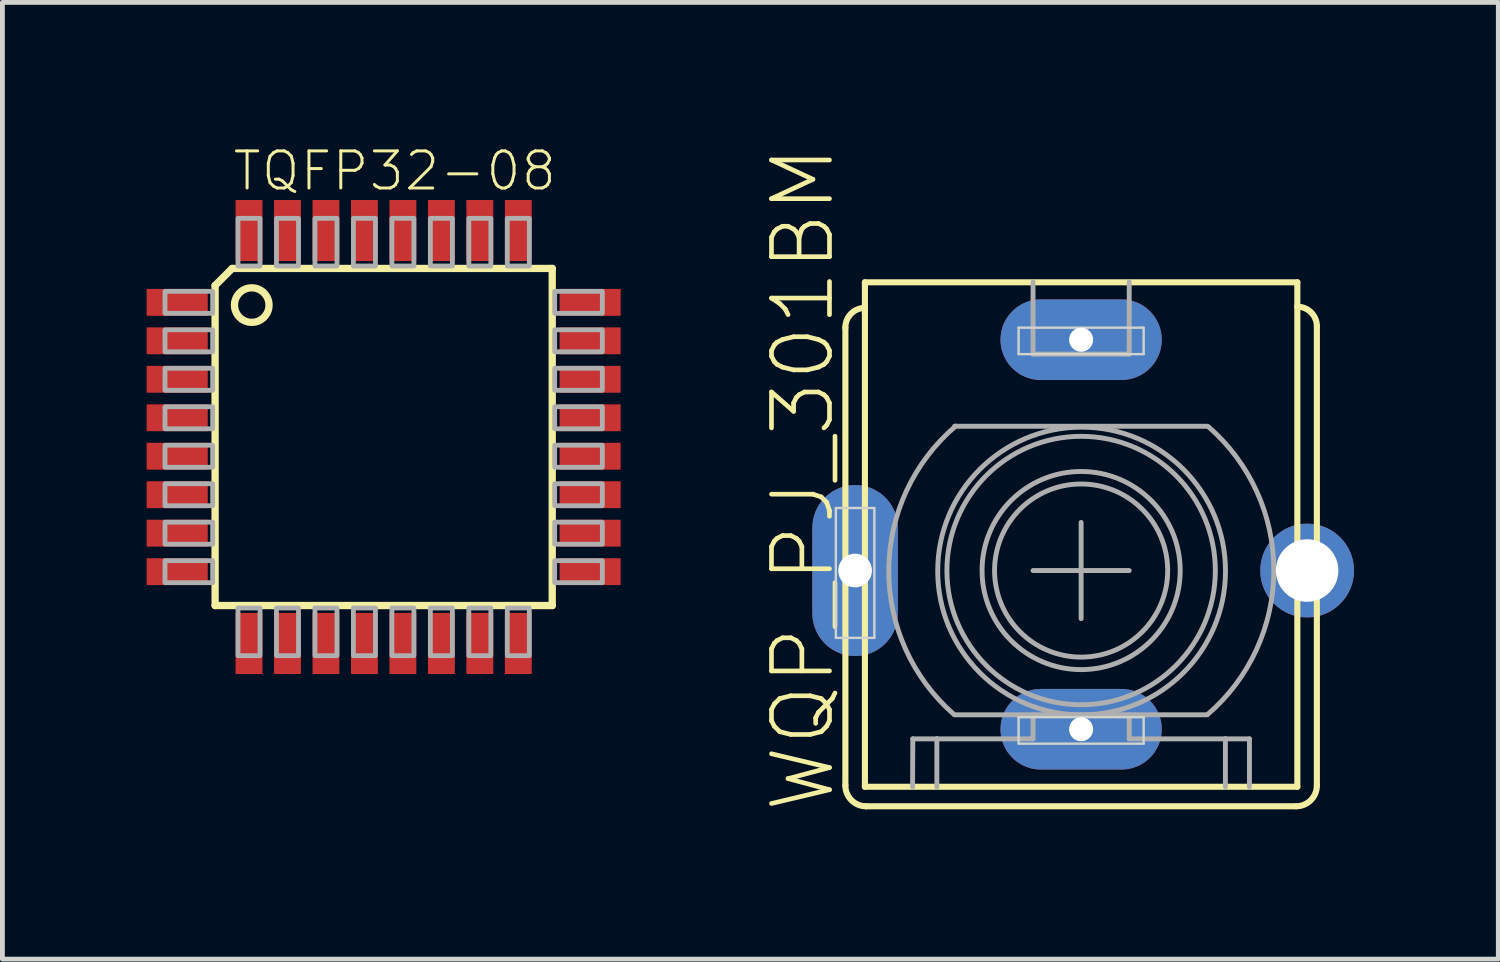
<source format=kicad_pcb>
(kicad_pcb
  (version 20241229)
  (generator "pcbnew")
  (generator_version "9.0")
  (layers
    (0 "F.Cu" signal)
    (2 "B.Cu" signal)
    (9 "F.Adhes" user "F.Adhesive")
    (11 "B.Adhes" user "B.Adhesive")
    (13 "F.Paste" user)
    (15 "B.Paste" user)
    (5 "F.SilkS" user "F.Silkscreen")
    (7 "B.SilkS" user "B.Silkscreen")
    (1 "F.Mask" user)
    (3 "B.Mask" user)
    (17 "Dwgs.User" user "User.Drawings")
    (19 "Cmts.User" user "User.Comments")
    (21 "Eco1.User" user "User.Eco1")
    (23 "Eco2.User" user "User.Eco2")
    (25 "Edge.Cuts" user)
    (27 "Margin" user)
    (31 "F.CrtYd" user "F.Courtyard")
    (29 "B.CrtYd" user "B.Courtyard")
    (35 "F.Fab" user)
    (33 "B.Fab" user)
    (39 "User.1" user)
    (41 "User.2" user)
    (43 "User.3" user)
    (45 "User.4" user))
  (footprint "TQFP32-08"
    (layer "F.Cu")
    (at 4.928 6.037)
    (property "Reference" "TQFP32-08" (at -3.175 -5.08 0) (layer "F.SilkS") (effects (font (size 0.772 0.772) (thickness 0.062)) (justify left bottom)))
    (attr through_hole)
    (fp_line (start -3.505 3.505) (end -3.505 -3.15) (stroke (width 0.152) (type solid)) (layer "F.SilkS"))
    (fp_line (start -3.15 -3.505) (end -3.505 -3.15) (stroke (width 0.152) (type solid)) (layer "F.SilkS"))
    (fp_line (start -3.15 -3.505) (end 3.505 -3.505) (stroke (width 0.152) (type solid)) (layer "F.SilkS"))
    (fp_line (start 3.505 -3.505) (end 3.505 3.505) (stroke (width 0.152) (type solid)) (layer "F.SilkS"))
    (fp_line (start 3.505 3.505) (end -3.505 3.505) (stroke (width 0.152) (type solid)) (layer "F.SilkS"))
    (fp_circle (center -2.743 -2.743) (end -2.384 -2.743) (stroke (width 0.152) (type solid)) (fill no) (layer "F.SilkS"))
    (fp_poly (pts (xy -4.547 -2.571) (xy -3.556 -2.571) (xy -3.556 -3.029) (xy -4.547 -3.029)) (stroke (width 0.1) (type solid)) (fill no) (layer "F.Fab"))
    (fp_poly (pts (xy -4.547 -1.771) (xy -3.556 -1.771) (xy -3.556 -2.229) (xy -4.547 -2.229)) (stroke (width 0.1) (type solid)) (fill no) (layer "F.Fab"))
    (fp_poly (pts (xy -4.547 -0.971) (xy -3.556 -0.971) (xy -3.556 -1.429) (xy -4.547 -1.429)) (stroke (width 0.1) (type solid)) (fill no) (layer "F.Fab"))
    (fp_poly (pts (xy -4.547 -0.171) (xy -3.556 -0.171) (xy -3.556 -0.629) (xy -4.547 -0.629)) (stroke (width 0.1) (type solid)) (fill no) (layer "F.Fab"))
    (fp_poly (pts (xy -4.547 0.629) (xy -3.556 0.629) (xy -3.556 0.171) (xy -4.547 0.171)) (stroke (width 0.1) (type solid)) (fill no) (layer "F.Fab"))
    (fp_poly (pts (xy -4.547 1.429) (xy -3.556 1.429) (xy -3.556 0.971) (xy -4.547 0.971)) (stroke (width 0.1) (type solid)) (fill no) (layer "F.Fab"))
    (fp_poly (pts (xy -4.547 2.229) (xy -3.556 2.229) (xy -3.556 1.771) (xy -4.547 1.771)) (stroke (width 0.1) (type solid)) (fill no) (layer "F.Fab"))
    (fp_poly (pts (xy -4.547 3.029) (xy -3.556 3.029) (xy -3.556 2.571) (xy -4.547 2.571)) (stroke (width 0.1) (type solid)) (fill no) (layer "F.Fab"))
    (fp_poly (pts (xy -3.029 -3.556) (xy -2.571 -3.556) (xy -2.571 -4.547) (xy -3.029 -4.547)) (stroke (width 0.1) (type solid)) (fill no) (layer "F.Fab"))
    (fp_poly (pts (xy -3.029 4.547) (xy -2.571 4.547) (xy -2.571 3.556) (xy -3.029 3.556)) (stroke (width 0.1) (type solid)) (fill no) (layer "F.Fab"))
    (fp_poly (pts (xy -2.229 -3.556) (xy -1.771 -3.556) (xy -1.771 -4.547) (xy -2.229 -4.547)) (stroke (width 0.1) (type solid)) (fill no) (layer "F.Fab"))
    (fp_poly (pts (xy -2.229 4.547) (xy -1.771 4.547) (xy -1.771 3.556) (xy -2.229 3.556)) (stroke (width 0.1) (type solid)) (fill no) (layer "F.Fab"))
    (fp_poly (pts (xy -1.429 -3.556) (xy -0.971 -3.556) (xy -0.971 -4.547) (xy -1.429 -4.547)) (stroke (width 0.1) (type solid)) (fill no) (layer "F.Fab"))
    (fp_poly (pts (xy -1.429 4.547) (xy -0.971 4.547) (xy -0.971 3.556) (xy -1.429 3.556)) (stroke (width 0.1) (type solid)) (fill no) (layer "F.Fab"))
    (fp_poly (pts (xy -0.629 -3.556) (xy -0.171 -3.556) (xy -0.171 -4.547) (xy -0.629 -4.547)) (stroke (width 0.1) (type solid)) (fill no) (layer "F.Fab"))
    (fp_poly (pts (xy -0.629 4.547) (xy -0.171 4.547) (xy -0.171 3.556) (xy -0.629 3.556)) (stroke (width 0.1) (type solid)) (fill no) (layer "F.Fab"))
    (fp_poly (pts (xy 0.171 -3.556) (xy 0.629 -3.556) (xy 0.629 -4.547) (xy 0.171 -4.547)) (stroke (width 0.1) (type solid)) (fill no) (layer "F.Fab"))
    (fp_poly (pts (xy 0.171 4.547) (xy 0.629 4.547) (xy 0.629 3.556) (xy 0.171 3.556)) (stroke (width 0.1) (type solid)) (fill no) (layer "F.Fab"))
    (fp_poly (pts (xy 0.971 -3.556) (xy 1.429 -3.556) (xy 1.429 -4.547) (xy 0.971 -4.547)) (stroke (width 0.1) (type solid)) (fill no) (layer "F.Fab"))
    (fp_poly (pts (xy 0.971 4.547) (xy 1.429 4.547) (xy 1.429 3.556) (xy 0.971 3.556)) (stroke (width 0.1) (type solid)) (fill no) (layer "F.Fab"))
    (fp_poly (pts (xy 1.771 -3.556) (xy 2.229 -3.556) (xy 2.229 -4.547) (xy 1.771 -4.547)) (stroke (width 0.1) (type solid)) (fill no) (layer "F.Fab"))
    (fp_poly (pts (xy 1.771 4.547) (xy 2.229 4.547) (xy 2.229 3.556) (xy 1.771 3.556)) (stroke (width 0.1) (type solid)) (fill no) (layer "F.Fab"))
    (fp_poly (pts (xy 2.571 -3.556) (xy 3.029 -3.556) (xy 3.029 -4.547) (xy 2.571 -4.547)) (stroke (width 0.1) (type solid)) (fill no) (layer "F.Fab"))
    (fp_poly (pts (xy 2.571 4.547) (xy 3.029 4.547) (xy 3.029 3.556) (xy 2.571 3.556)) (stroke (width 0.1) (type solid)) (fill no) (layer "F.Fab"))
    (fp_poly (pts (xy 3.556 -2.571) (xy 4.547 -2.571) (xy 4.547 -3.029) (xy 3.556 -3.029)) (stroke (width 0.1) (type solid)) (fill no) (layer "F.Fab"))
    (fp_poly (pts (xy 3.556 -1.771) (xy 4.547 -1.771) (xy 4.547 -2.229) (xy 3.556 -2.229)) (stroke (width 0.1) (type solid)) (fill no) (layer "F.Fab"))
    (fp_poly (pts (xy 3.556 -0.971) (xy 4.547 -0.971) (xy 4.547 -1.429) (xy 3.556 -1.429)) (stroke (width 0.1) (type solid)) (fill no) (layer "F.Fab"))
    (fp_poly (pts (xy 3.556 -0.171) (xy 4.547 -0.171) (xy 4.547 -0.629) (xy 3.556 -0.629)) (stroke (width 0.1) (type solid)) (fill no) (layer "F.Fab"))
    (fp_poly (pts (xy 3.556 0.629) (xy 4.547 0.629) (xy 4.547 0.171) (xy 3.556 0.171)) (stroke (width 0.1) (type solid)) (fill no) (layer "F.Fab"))
    (fp_poly (pts (xy 3.556 1.429) (xy 4.547 1.429) (xy 4.547 0.971) (xy 3.556 0.971)) (stroke (width 0.1) (type solid)) (fill no) (layer "F.Fab"))
    (fp_poly (pts (xy 3.556 2.229) (xy 4.547 2.229) (xy 4.547 1.771) (xy 3.556 1.771)) (stroke (width 0.1) (type solid)) (fill no) (layer "F.Fab"))
    (fp_poly (pts (xy 3.556 3.029) (xy 4.547 3.029) (xy 4.547 2.571) (xy 3.556 2.571)) (stroke (width 0.1) (type solid)) (fill no) (layer "F.Fab"))
    (pad "1" smd rect (at -4.293 -2.8) (size 1.27 0.559) (layers "F.Cu" "F.Mask" "F.Paste"))
    (pad "2" smd rect (at -4.293 -2) (size 1.27 0.559) (layers "F.Cu" "F.Mask" "F.Paste"))
    (pad "3" smd rect (at -4.293 -1.2) (size 1.27 0.559) (layers "F.Cu" "F.Mask" "F.Paste"))
    (pad "4" smd rect (at -4.293 -0.4) (size 1.27 0.559) (layers "F.Cu" "F.Mask" "F.Paste"))
    (pad "5" smd rect (at -4.293 0.4) (size 1.27 0.559) (layers "F.Cu" "F.Mask" "F.Paste"))
    (pad "6" smd rect (at -4.293 1.2) (size 1.27 0.559) (layers "F.Cu" "F.Mask" "F.Paste"))
    (pad "7" smd rect (at -4.293 2) (size 1.27 0.559) (layers "F.Cu" "F.Mask" "F.Paste"))
    (pad "8" smd rect (at -4.293 2.8) (size 1.27 0.559) (layers "F.Cu" "F.Mask" "F.Paste"))
    (pad "9" smd rect (at -2.8 4.293) (size 0.559 1.27) (layers "F.Cu" "F.Mask" "F.Paste"))
    (pad "10" smd rect (at -2 4.293) (size 0.559 1.27) (layers "F.Cu" "F.Mask" "F.Paste"))
    (pad "11" smd rect (at -1.2 4.293) (size 0.559 1.27) (layers "F.Cu" "F.Mask" "F.Paste"))
    (pad "12" smd rect (at -0.4 4.293) (size 0.559 1.27) (layers "F.Cu" "F.Mask" "F.Paste"))
    (pad "13" smd rect (at 0.4 4.293) (size 0.559 1.27) (layers "F.Cu" "F.Mask" "F.Paste"))
    (pad "14" smd rect (at 1.2 4.293) (size 0.559 1.27) (layers "F.Cu" "F.Mask" "F.Paste"))
    (pad "15" smd rect (at 2 4.293) (size 0.559 1.27) (layers "F.Cu" "F.Mask" "F.Paste"))
    (pad "16" smd rect (at 2.8 4.293) (size 0.559 1.27) (layers "F.Cu" "F.Mask" "F.Paste"))
    (pad "17" smd rect (at 4.293 2.8) (size 1.27 0.559) (layers "F.Cu" "F.Mask" "F.Paste"))
    (pad "18" smd rect (at 4.293 2) (size 1.27 0.559) (layers "F.Cu" "F.Mask" "F.Paste"))
    (pad "19" smd rect (at 4.293 1.2) (size 1.27 0.559) (layers "F.Cu" "F.Mask" "F.Paste"))
    (pad "20" smd rect (at 4.293 0.4) (size 1.27 0.559) (layers "F.Cu" "F.Mask" "F.Paste"))
    (pad "21" smd rect (at 4.293 -0.4) (size 1.27 0.559) (layers "F.Cu" "F.Mask" "F.Paste"))
    (pad "22" smd rect (at 4.293 -1.2) (size 1.27 0.559) (layers "F.Cu" "F.Mask" "F.Paste"))
    (pad "23" smd rect (at 4.293 -2) (size 1.27 0.559) (layers "F.Cu" "F.Mask" "F.Paste"))
    (pad "24" smd rect (at 4.293 -2.8) (size 1.27 0.559) (layers "F.Cu" "F.Mask" "F.Paste"))
    (pad "25" smd rect (at 2.8 -4.293) (size 0.559 1.27) (layers "F.Cu" "F.Mask" "F.Paste"))
    (pad "26" smd rect (at 2 -4.293) (size 0.559 1.27) (layers "F.Cu" "F.Mask" "F.Paste"))
    (pad "27" smd rect (at 1.2 -4.293) (size 0.559 1.27) (layers "F.Cu" "F.Mask" "F.Paste"))
    (pad "28" smd rect (at 0.4 -4.293) (size 0.559 1.27) (layers "F.Cu" "F.Mask" "F.Paste"))
    (pad "29" smd rect (at -0.4 -4.293) (size 0.559 1.27) (layers "F.Cu" "F.Mask" "F.Paste"))
    (pad "30" smd rect (at -1.2 -4.293) (size 0.559 1.27) (layers "F.Cu" "F.Mask" "F.Paste"))
    (pad "31" smd rect (at -2 -4.293) (size 0.559 1.27) (layers "F.Cu" "F.Mask" "F.Paste"))
    (pad "32" smd rect (at -2.8 -4.293) (size 0.559 1.27) (layers "F.Cu" "F.Mask" "F.Paste")))
  (footprint "WQP_PJ_301BM"
    (layer "F.Cu")
    (at 19.431 8.814)
    (property "Reference" "WQP_PJ_301BM" (at -5.08 5.08 270) (layer "F.SilkS") (effects (font (size 1.206 1.206) (thickness 0.097)) (justify left bottom)))
    (attr through_hole)
    (fp_line (start -4.902 4.47) (end -4.902 -5.055) (stroke (width 0.127) (type solid)) (layer "F.SilkS"))
    (fp_line (start -4.496 -5.994) (end 4.496 -5.994) (stroke (width 0.127) (type solid)) (layer "F.SilkS"))
    (fp_line (start -4.496 -5.461) (end -4.496 -5.994) (stroke (width 0.127) (type solid)) (layer "F.SilkS"))
    (fp_line (start -4.496 4.496) (end -4.496 -5.461) (stroke (width 0.127) (type solid)) (layer "F.SilkS"))
    (fp_line (start 4.47 4.902) (end -4.47 4.902) (stroke (width 0.127) (type solid)) (layer "F.SilkS"))
    (fp_line (start 4.496 -5.994) (end 4.496 -5.486) (stroke (width 0.127) (type solid)) (layer "F.SilkS"))
    (fp_line (start 4.496 -5.486) (end 4.496 4.496) (stroke (width 0.127) (type solid)) (layer "F.SilkS"))
    (fp_line (start 4.496 4.496) (end -4.496 4.496) (stroke (width 0.127) (type solid)) (layer "F.SilkS"))
    (fp_line (start 4.902 -5.08) (end 4.902 4.47) (stroke (width 0.127) (type solid)) (layer "F.SilkS"))
    (fp_arc (start -4.9022 -5.0546) (mid -4.783168 -5.341968) (end -4.4958 -5.461) (stroke (width 0.127) (type solid)) (layer "F.SilkS"))
    (fp_arc (start -4.4704 4.9022) (mid -4.775729 4.775729) (end -4.9022 4.4704) (stroke (width 0.127) (type solid)) (layer "F.SilkS"))
    (fp_arc (start 4.4958 -5.4864) (mid 4.783168 -5.367368) (end 4.9022 -5.08) (stroke (width 0.127) (type solid)) (layer "F.SilkS"))
    (fp_arc (start 4.9022 4.4704) (mid 4.775729 4.775729) (end 4.4704 4.9022) (stroke (width 0.127) (type solid)) (layer "F.SilkS"))
    (fp_line (start -5.1 -1.3) (end -4.3 -1.3) (stroke (width 0.05) (type solid)) (layer "Edge.Cuts"))
    (fp_line (start -5.1 1.4) (end -5.1 -1.3) (stroke (width 0.05) (type solid)) (layer "Edge.Cuts"))
    (fp_line (start -4.3 -1.3) (end -4.3 1.4) (stroke (width 0.05) (type solid)) (layer "Edge.Cuts"))
    (fp_line (start -4.3 1.4) (end -5.1 1.4) (stroke (width 0.05) (type solid)) (layer "Edge.Cuts"))
    (fp_line (start -1.3 -5.05) (end 1.3 -5.05) (stroke (width 0.05) (type solid)) (layer "Edge.Cuts"))
    (fp_line (start -1.3 -4.5) (end -1.3 -5.05) (stroke (width 0.05) (type solid)) (layer "Edge.Cuts"))
    (fp_line (start -1.3 3.05) (end 1.3 3.05) (stroke (width 0.05) (type solid)) (layer "Edge.Cuts"))
    (fp_line (start -1.3 3.6) (end -1.3 3.05) (stroke (width 0.05) (type solid)) (layer "Edge.Cuts"))
    (fp_line (start 1.3 -5.05) (end 1.3 -4.5) (stroke (width 0.05) (type solid)) (layer "Edge.Cuts"))
    (fp_line (start 1.3 -4.5) (end -1.3 -4.5) (stroke (width 0.05) (type solid)) (layer "Edge.Cuts"))
    (fp_line (start 1.3 3.05) (end 1.3 3.6) (stroke (width 0.05) (type solid)) (layer "Edge.Cuts"))
    (fp_line (start 1.3 3.6) (end -1.3 3.6) (stroke (width 0.05) (type solid)) (layer "Edge.Cuts"))
    (fp_line (start -3.505 4.496) (end -3.5 3.5) (stroke (width 0.102) (type solid)) (layer "F.Fab"))
    (fp_line (start -3.5 3.5) (end -3 3.5) (stroke (width 0.102) (type solid)) (layer "F.Fab"))
    (fp_line (start -3 3.5) (end -3 4.5) (stroke (width 0.102) (type solid)) (layer "F.Fab"))
    (fp_line (start -3 3.5) (end -1 3.5) (stroke (width 0.102) (type solid)) (layer "F.Fab"))
    (fp_line (start -2.631 -3) (end 2.62 -3) (stroke (width 0.102) (type solid)) (layer "F.Fab"))
    (fp_line (start -2.631 3) (end 2.62 3) (stroke (width 0.102) (type solid)) (layer "F.Fab"))
    (fp_line (start -1 -4.5) (end -1 -6) (stroke (width 0.102) (type solid)) (layer "F.Fab"))
    (fp_line (start -1 0) (end 1 0) (stroke (width 0.102) (type solid)) (layer "F.Fab"))
    (fp_line (start -1 3.5) (end -1 3) (stroke (width 0.102) (type solid)) (layer "F.Fab"))
    (fp_line (start 0 -1) (end 0 1) (stroke (width 0.102) (type solid)) (layer "F.Fab"))
    (fp_line (start 1 -6) (end 1 -4.5) (stroke (width 0.102) (type solid)) (layer "F.Fab"))
    (fp_line (start 1 -4.5) (end -1 -4.5) (stroke (width 0.102) (type solid)) (layer "F.Fab"))
    (fp_line (start 1 3) (end 1 3.5) (stroke (width 0.102) (type solid)) (layer "F.Fab"))
    (fp_line (start 1 3.5) (end 3 3.5) (stroke (width 0.102) (type solid)) (layer "F.Fab"))
    (fp_line (start 3 3.5) (end 3 4.5) (stroke (width 0.102) (type solid)) (layer "F.Fab"))
    (fp_line (start 3 3.5) (end 3.5 3.5) (stroke (width 0.102) (type solid)) (layer "F.Fab"))
    (fp_line (start 3.5 3.5) (end 3.5 4.5) (stroke (width 0.102) (type solid)) (layer "F.Fab"))
    (fp_arc (start -2.641998 2.994) (mid -3.999529 -0.012791) (end -2.608 -3.004) (stroke (width 0.1016) (type solid)) (layer "F.Fab"))
    (fp_arc (start 2.642 -2.994) (mid 4.007235 0.003208) (end 2.628 2.994) (stroke (width 0.1016) (type solid)) (layer "F.Fab"))
    (fp_circle (center 0 0) (end 1.8 0) (stroke (width 0.102) (type solid)) (fill no) (layer "F.Fab"))
    (fp_circle (center 0 0) (end 2.06 0) (stroke (width 0.102) (type solid)) (fill no) (layer "F.Fab"))
    (fp_circle (center 0 0) (end 2.791 0) (stroke (width 0.102) (type solid)) (fill no) (layer "F.Fab"))
    (fp_circle (center 0.01 0.01) (end 3.002 0.01) (stroke (width 0.102) (type solid)) (fill no) (layer "F.Fab"))
    (pad "GND" thru_hole oval (at -4.7 0 90) (size 3.556 1.778) (drill 0.7) (layers "*.Cu" "*.Mask"))
    (pad "GND2" thru_hole circle (at 4.7 0) (size 1.95 1.95) (drill 1.3) (layers "*.Cu" "*.Mask"))
    (pad "SW" thru_hole oval (at 0 3.3) (size 3.353 1.676) (drill 0.5) (layers "*.Cu" "*.Mask"))
    (pad "TIP" thru_hole oval (at 0 -4.8) (size 3.353 1.676) (drill 0.5) (layers "*.Cu" "*.Mask")))
  (gr_rect
    (start -3 -3)
    (end 28.106 16.894)
    (stroke (width 0.1) (type default))
    (fill no)
    (layer "Edge.Cuts")))
</source>
